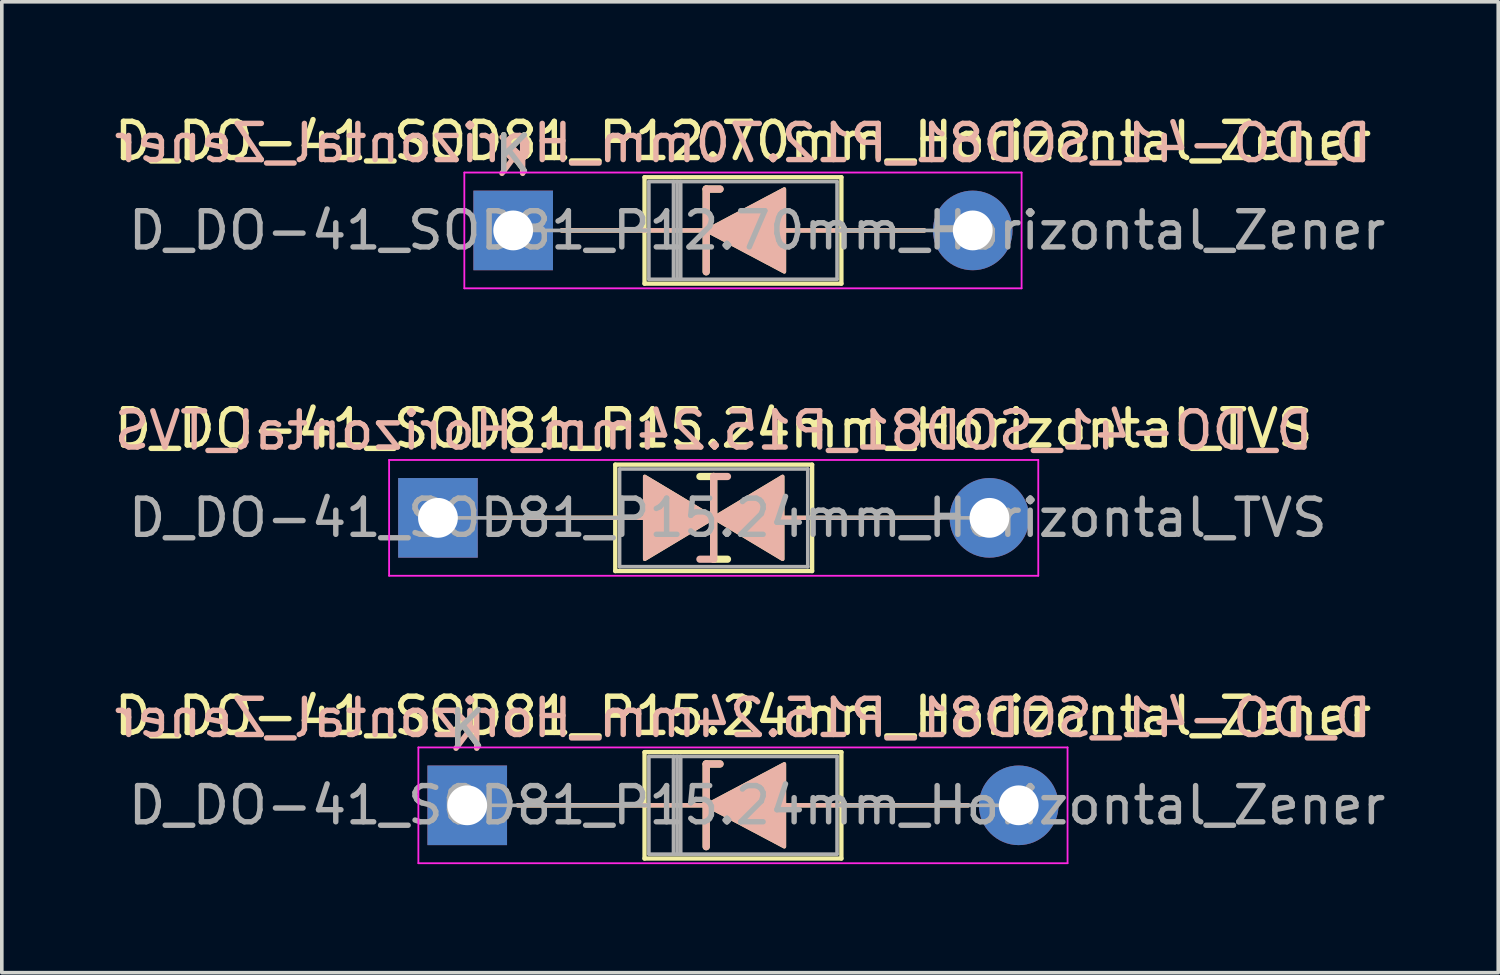
<source format=kicad_pcb>
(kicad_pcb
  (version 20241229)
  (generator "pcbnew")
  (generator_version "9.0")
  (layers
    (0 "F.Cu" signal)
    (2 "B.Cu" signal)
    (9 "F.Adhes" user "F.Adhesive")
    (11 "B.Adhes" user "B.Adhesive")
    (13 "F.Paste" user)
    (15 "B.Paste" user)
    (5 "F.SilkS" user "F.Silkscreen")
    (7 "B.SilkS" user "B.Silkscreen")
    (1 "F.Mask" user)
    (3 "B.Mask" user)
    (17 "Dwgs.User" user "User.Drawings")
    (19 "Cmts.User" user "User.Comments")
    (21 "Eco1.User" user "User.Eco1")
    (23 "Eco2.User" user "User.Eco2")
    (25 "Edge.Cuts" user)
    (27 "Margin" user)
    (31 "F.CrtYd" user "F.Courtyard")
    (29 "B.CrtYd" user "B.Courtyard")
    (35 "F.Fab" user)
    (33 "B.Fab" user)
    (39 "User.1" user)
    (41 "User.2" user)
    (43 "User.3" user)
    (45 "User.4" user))
  (footprint "D_DO-41_SOD81_P15.24mm_Horizontal_TVS"
    (layer "F.Cu")
    (at 9.053 11.261)
    (property "Reference" "D_DO-41_SOD81_P15.24mm_Horizontal_TVS" (at 7.62 -2.47 0) (layer "F.SilkS") (effects (font (size 1 1) (thickness 0.15))))
    (fp_line (start 1.397 0) (end 4.9 0) (stroke (width 0.12) (type solid)) (layer "F.SilkS"))
    (fp_line (start 4.9 -1.47) (end 4.9 1.47) (stroke (width 0.12) (type solid)) (layer "F.SilkS"))
    (fp_line (start 4.9 0) (end 5.715 0) (stroke (width 0.12) (type solid)) (layer "F.SilkS"))
    (fp_line (start 4.9 1.47) (end 10.34 1.47) (stroke (width 0.12) (type solid)) (layer "F.SilkS"))
    (fp_line (start 7.62 -1.143) (end 7.239 -1.143) (stroke (width 0.2) (type solid)) (layer "F.SilkS"))
    (fp_line (start 7.62 1.143) (end 7.62 -1.143) (stroke (width 0.2) (type solid)) (layer "F.SilkS"))
    (fp_line (start 8.001 1.143) (end 7.62 1.143) (stroke (width 0.2) (type solid)) (layer "F.SilkS"))
    (fp_line (start 9.525 0) (end 10.34 0) (stroke (width 0.12) (type solid)) (layer "F.SilkS"))
    (fp_line (start 10.34 -1.47) (end 4.9 -1.47) (stroke (width 0.12) (type solid)) (layer "F.SilkS"))
    (fp_line (start 10.34 1.47) (end 10.34 -1.47) (stroke (width 0.12) (type solid)) (layer "F.SilkS"))
    (fp_line (start 13.843 0) (end 10.34 0) (stroke (width 0.12) (type solid)) (layer "F.SilkS"))
    (fp_poly (pts (xy 7.62 0) (xy 5.715 1.143) (xy 5.715 -1.143)) (stroke (width 0.1) (type solid)) (fill yes) (layer "F.SilkS"))
    (fp_poly (pts (xy 7.62 0) (xy 9.525 -1.143) (xy 9.525 1.143)) (stroke (width 0.1) (type solid)) (fill yes) (layer "F.SilkS"))
    (fp_line (start 1.397 0) (end 4.9 0) (stroke (width 0.12) (type solid)) (layer "B.SilkS"))
    (fp_line (start 4.9 0) (end 5.715 0) (stroke (width 0.12) (type solid)) (layer "B.SilkS"))
    (fp_line (start 7.62 -1.143) (end 7.62 1.143) (stroke (width 0.2) (type solid)) (layer "B.SilkS"))
    (fp_line (start 7.62 1.143) (end 7.239 1.143) (stroke (width 0.2) (type solid)) (layer "B.SilkS"))
    (fp_line (start 8.001 -1.143) (end 7.62 -1.143) (stroke (width 0.2) (type solid)) (layer "B.SilkS"))
    (fp_line (start 9.525 0) (end 10.34 0) (stroke (width 0.12) (type solid)) (layer "B.SilkS"))
    (fp_line (start 13.843 0) (end 10.34 0) (stroke (width 0.12) (type solid)) (layer "B.SilkS"))
    (fp_poly (pts (xy 7.62 0) (xy 5.715 -1.143) (xy 5.715 1.143)) (stroke (width 0.1) (type solid)) (fill yes) (layer "B.SilkS"))
    (fp_poly (pts (xy 7.62 0) (xy 9.525 1.143) (xy 9.525 -1.143)) (stroke (width 0.1) (type solid)) (fill yes) (layer "B.SilkS"))
    (fp_line (start -1.35 -1.6) (end -1.35 1.6) (stroke (width 0.05) (type solid)) (layer "F.CrtYd"))
    (fp_line (start -1.35 1.6) (end 16.59 1.6) (stroke (width 0.05) (type solid)) (layer "F.CrtYd"))
    (fp_line (start 16.59 -1.6) (end -1.35 -1.6) (stroke (width 0.05) (type solid)) (layer "F.CrtYd"))
    (fp_line (start 16.59 1.6) (end 16.59 -1.6) (stroke (width 0.05) (type solid)) (layer "F.CrtYd"))
    (fp_line (start 0 0) (end 5.02 0) (stroke (width 0.1) (type solid)) (layer "F.Fab"))
    (fp_line (start 5.02 -1.35) (end 5.02 1.35) (stroke (width 0.1) (type solid)) (layer "F.Fab"))
    (fp_line (start 5.02 1.35) (end 10.22 1.35) (stroke (width 0.1) (type solid)) (layer "F.Fab"))
    (fp_line (start 10.22 -1.35) (end 5.02 -1.35) (stroke (width 0.1) (type solid)) (layer "F.Fab"))
    (fp_line (start 10.22 1.35) (end 10.22 -1.35) (stroke (width 0.1) (type solid)) (layer "F.Fab"))
    (fp_line (start 15.24 0) (end 10.22 0) (stroke (width 0.1) (type solid)) (layer "F.Fab"))
    (fp_text user "${REFERENCE}" (at 7.62 -2.413 0) (layer "B.SilkS") (effects (font (size 1 1) (thickness 0.15)) (justify mirror)))
    (fp_text user "${REFERENCE}" (at 8.01 0 0) (layer "F.Fab") (effects (font (size 1 1) (thickness 0.15))))
    (pad "1" thru_hole rect (at 0 0) (size 2.2 2.2) (drill 1.1) (layers "*.Cu" "*.Mask"))
    (pad "2" thru_hole oval (at 15.24 0) (size 2.2 2.2) (drill 1.1) (layers "*.Cu" "*.Mask")))
  (footprint "D_DO-41_SOD81_P15.24mm_Horizontal_Zener"
    (layer "F.Cu")
    (at 9.862 19.205)
    (property "Reference" "D_DO-41_SOD81_P15.24mm_Horizontal_Zener" (at 7.62 -2.47 0) (layer "F.SilkS") (effects (font (size 1 1) (thickness 0.15))))
    (fp_line (start 1.397 0) (end 4.9 0) (stroke (width 0.12) (type solid)) (layer "F.SilkS"))
    (fp_line (start 4.9 -1.47) (end 4.9 1.47) (stroke (width 0.12) (type solid)) (layer "F.SilkS"))
    (fp_line (start 4.9 1.47) (end 10.34 1.47) (stroke (width 0.12) (type solid)) (layer "F.SilkS"))
    (fp_line (start 6.604 -1.143) (end 6.604 1.143) (stroke (width 0.2) (type solid)) (layer "F.SilkS"))
    (fp_line (start 6.604 -1.143) (end 6.985 -1.143) (stroke (width 0.2) (type solid)) (layer "F.SilkS"))
    (fp_line (start 6.604 0) (end 4.9 0) (stroke (width 0.12) (type solid)) (layer "F.SilkS"))
    (fp_line (start 8.763 0) (end 10.34 0) (stroke (width 0.12) (type solid)) (layer "F.SilkS"))
    (fp_line (start 10.34 -1.47) (end 4.9 -1.47) (stroke (width 0.12) (type solid)) (layer "F.SilkS"))
    (fp_line (start 10.34 1.47) (end 10.34 -1.47) (stroke (width 0.12) (type solid)) (layer "F.SilkS"))
    (fp_line (start 13.843 0) (end 10.34 0) (stroke (width 0.12) (type solid)) (layer "F.SilkS"))
    (fp_poly (pts (xy 8.763 1.143) (xy 6.604 0) (xy 8.763 -1.143)) (stroke (width 0.1) (type solid)) (fill yes) (layer "F.SilkS"))
    (fp_line (start 1.397 0) (end 4.9 0) (stroke (width 0.12) (type solid)) (layer "B.SilkS"))
    (fp_line (start 6.604 -1.143) (end 6.985 -1.143) (stroke (width 0.2) (type solid)) (layer "B.SilkS"))
    (fp_line (start 6.604 0) (end 4.9 0) (stroke (width 0.12) (type solid)) (layer "B.SilkS"))
    (fp_line (start 6.604 1.143) (end 6.604 -1.143) (stroke (width 0.2) (type solid)) (layer "B.SilkS"))
    (fp_line (start 8.763 0) (end 10.34 0) (stroke (width 0.12) (type solid)) (layer "B.SilkS"))
    (fp_line (start 13.843 0) (end 10.34 0) (stroke (width 0.12) (type solid)) (layer "B.SilkS"))
    (fp_poly (pts (xy 8.763 -1.143) (xy 6.604 0) (xy 8.763 1.143)) (stroke (width 0.1) (type solid)) (fill yes) (layer "B.SilkS"))
    (fp_line (start -1.35 -1.6) (end -1.35 1.6) (stroke (width 0.05) (type solid)) (layer "F.CrtYd"))
    (fp_line (start -1.35 1.6) (end 16.59 1.6) (stroke (width 0.05) (type solid)) (layer "F.CrtYd"))
    (fp_line (start 16.59 -1.6) (end -1.35 -1.6) (stroke (width 0.05) (type solid)) (layer "F.CrtYd"))
    (fp_line (start 16.59 1.6) (end 16.59 -1.6) (stroke (width 0.05) (type solid)) (layer "F.CrtYd"))
    (fp_line (start 0 0) (end 5.02 0) (stroke (width 0.1) (type solid)) (layer "F.Fab"))
    (fp_line (start 5.02 -1.35) (end 5.02 1.35) (stroke (width 0.1) (type solid)) (layer "F.Fab"))
    (fp_line (start 5.02 1.35) (end 10.22 1.35) (stroke (width 0.1) (type solid)) (layer "F.Fab"))
    (fp_line (start 5.7 -1.35) (end 5.7 1.35) (stroke (width 0.1) (type solid)) (layer "F.Fab"))
    (fp_line (start 5.8 -1.35) (end 5.8 1.35) (stroke (width 0.1) (type solid)) (layer "F.Fab"))
    (fp_line (start 5.9 -1.35) (end 5.9 1.35) (stroke (width 0.1) (type solid)) (layer "F.Fab"))
    (fp_line (start 10.22 -1.35) (end 5.02 -1.35) (stroke (width 0.1) (type solid)) (layer "F.Fab"))
    (fp_line (start 10.22 1.35) (end 10.22 -1.35) (stroke (width 0.1) (type solid)) (layer "F.Fab"))
    (fp_line (start 15.24 0) (end 10.22 0) (stroke (width 0.1) (type solid)) (layer "F.Fab"))
    (fp_text user "K" (at 0 -2.1 0) (layer "F.SilkS") (effects (font (size 1 1) (thickness 0.15))))
    (fp_text user "${REFERENCE}" (at 7.62 -2.413 0) (layer "B.SilkS") (effects (font (size 1 1) (thickness 0.15)) (justify mirror)))
    (fp_text user "K" (at 0 -2.032 0) (layer "B.SilkS") (effects (font (size 1 1) (thickness 0.15)) (justify mirror)))
    (fp_text user "${REFERENCE}" (at 8.01 0 0) (layer "F.Fab") (effects (font (size 1 1) (thickness 0.15))))
    (fp_text user "K" (at 0 -2.1 0) (layer "F.Fab") (effects (font (size 1 1) (thickness 0.15))))
    (pad "1" thru_hole rect (at 0 0) (size 2.2 2.2) (drill 1.1) (layers "*.Cu" "*.Mask"))
    (pad "2" thru_hole oval (at 15.24 0) (size 2.2 2.2) (drill 1.1) (layers "*.Cu" "*.Mask")))
  (footprint "D_DO-41_SOD81_P12.70mm_Horizontal_Zener"
    (layer "F.Cu")
    (at 11.132 3.318)
    (property "Reference" "D_DO-41_SOD81_P12.70mm_Horizontal_Zener" (at 6.35 -2.47 0) (layer "F.SilkS") (effects (font (size 1 1) (thickness 0.15))))
    (fp_line (start 1.34 0) (end 3.63 0) (stroke (width 0.12) (type solid)) (layer "F.SilkS"))
    (fp_line (start 3.63 -1.47) (end 3.63 1.47) (stroke (width 0.12) (type solid)) (layer "F.SilkS"))
    (fp_line (start 3.63 1.47) (end 9.07 1.47) (stroke (width 0.12) (type solid)) (layer "F.SilkS"))
    (fp_line (start 5.334 -1.143) (end 5.334 1.143) (stroke (width 0.2) (type solid)) (layer "F.SilkS"))
    (fp_line (start 5.334 -1.143) (end 5.715 -1.143) (stroke (width 0.2) (type solid)) (layer "F.SilkS"))
    (fp_line (start 5.334 0) (end 3.63 0) (stroke (width 0.12) (type solid)) (layer "F.SilkS"))
    (fp_line (start 7.493 0) (end 9.07 0) (stroke (width 0.12) (type solid)) (layer "F.SilkS"))
    (fp_line (start 9.07 -1.47) (end 3.63 -1.47) (stroke (width 0.12) (type solid)) (layer "F.SilkS"))
    (fp_line (start 9.07 1.47) (end 9.07 -1.47) (stroke (width 0.12) (type solid)) (layer "F.SilkS"))
    (fp_line (start 11.36 0) (end 9.07 0) (stroke (width 0.12) (type solid)) (layer "F.SilkS"))
    (fp_poly (pts (xy 7.493 1.143) (xy 5.334 0) (xy 7.493 -1.143)) (stroke (width 0.1) (type solid)) (fill yes) (layer "F.SilkS"))
    (fp_line (start 1.34 0) (end 3.63 0) (stroke (width 0.12) (type solid)) (layer "B.SilkS"))
    (fp_line (start 5.334 -1.143) (end 5.715 -1.143) (stroke (width 0.2) (type solid)) (layer "B.SilkS"))
    (fp_line (start 5.334 0) (end 3.63 0) (stroke (width 0.12) (type solid)) (layer "B.SilkS"))
    (fp_line (start 5.334 1.143) (end 5.334 -1.143) (stroke (width 0.2) (type solid)) (layer "B.SilkS"))
    (fp_line (start 7.493 0) (end 9.07 0) (stroke (width 0.12) (type solid)) (layer "B.SilkS"))
    (fp_line (start 11.36 0) (end 9.07 0) (stroke (width 0.12) (type solid)) (layer "B.SilkS"))
    (fp_poly (pts (xy 7.493 -1.143) (xy 5.334 0) (xy 7.493 1.143)) (stroke (width 0.1) (type solid)) (fill yes) (layer "B.SilkS"))
    (fp_line (start -1.35 -1.6) (end -1.35 1.6) (stroke (width 0.05) (type solid)) (layer "F.CrtYd"))
    (fp_line (start -1.35 1.6) (end 14.05 1.6) (stroke (width 0.05) (type solid)) (layer "F.CrtYd"))
    (fp_line (start 14.05 -1.6) (end -1.35 -1.6) (stroke (width 0.05) (type solid)) (layer "F.CrtYd"))
    (fp_line (start 14.05 1.6) (end 14.05 -1.6) (stroke (width 0.05) (type solid)) (layer "F.CrtYd"))
    (fp_line (start 0 0) (end 3.75 0) (stroke (width 0.1) (type solid)) (layer "F.Fab"))
    (fp_line (start 3.75 -1.35) (end 3.75 1.35) (stroke (width 0.1) (type solid)) (layer "F.Fab"))
    (fp_line (start 3.75 1.35) (end 8.95 1.35) (stroke (width 0.1) (type solid)) (layer "F.Fab"))
    (fp_line (start 4.43 -1.35) (end 4.43 1.35) (stroke (width 0.1) (type solid)) (layer "F.Fab"))
    (fp_line (start 4.53 -1.35) (end 4.53 1.35) (stroke (width 0.1) (type solid)) (layer "F.Fab"))
    (fp_line (start 4.63 -1.35) (end 4.63 1.35) (stroke (width 0.1) (type solid)) (layer "F.Fab"))
    (fp_line (start 8.95 -1.35) (end 3.75 -1.35) (stroke (width 0.1) (type solid)) (layer "F.Fab"))
    (fp_line (start 8.95 1.35) (end 8.95 -1.35) (stroke (width 0.1) (type solid)) (layer "F.Fab"))
    (fp_line (start 12.7 0) (end 8.95 0) (stroke (width 0.1) (type solid)) (layer "F.Fab"))
    (fp_text user "K" (at 0 -2.1 0) (layer "F.SilkS") (effects (font (size 1 1) (thickness 0.15))))
    (fp_text user "K" (at 0 -2.032 0) (layer "B.SilkS") (effects (font (size 1 1) (thickness 0.15)) (justify mirror)))
    (fp_text user "${REFERENCE}" (at 6.35 -2.413 0) (layer "B.SilkS") (effects (font (size 1 1) (thickness 0.15)) (justify mirror)))
    (fp_text user "K" (at 0 -2.1 0) (layer "F.Fab") (effects (font (size 1 1) (thickness 0.15))))
    (fp_text user "${REFERENCE}" (at 6.74 0 0) (layer "F.Fab") (effects (font (size 1 1) (thickness 0.15))))
    (pad "1" thru_hole rect (at 0 0) (size 2.2 2.2) (drill 1.1) (layers "*.Cu" "*.Mask"))
    (pad "2" thru_hole oval (at 12.7 0) (size 2.2 2.2) (drill 1.1) (layers "*.Cu" "*.Mask")))
  (gr_rect
    (start -3 -3)
    (end 38.354 23.83)
    (stroke (width 0.1) (type default))
    (fill no)
    (layer "Edge.Cuts")))
</source>
